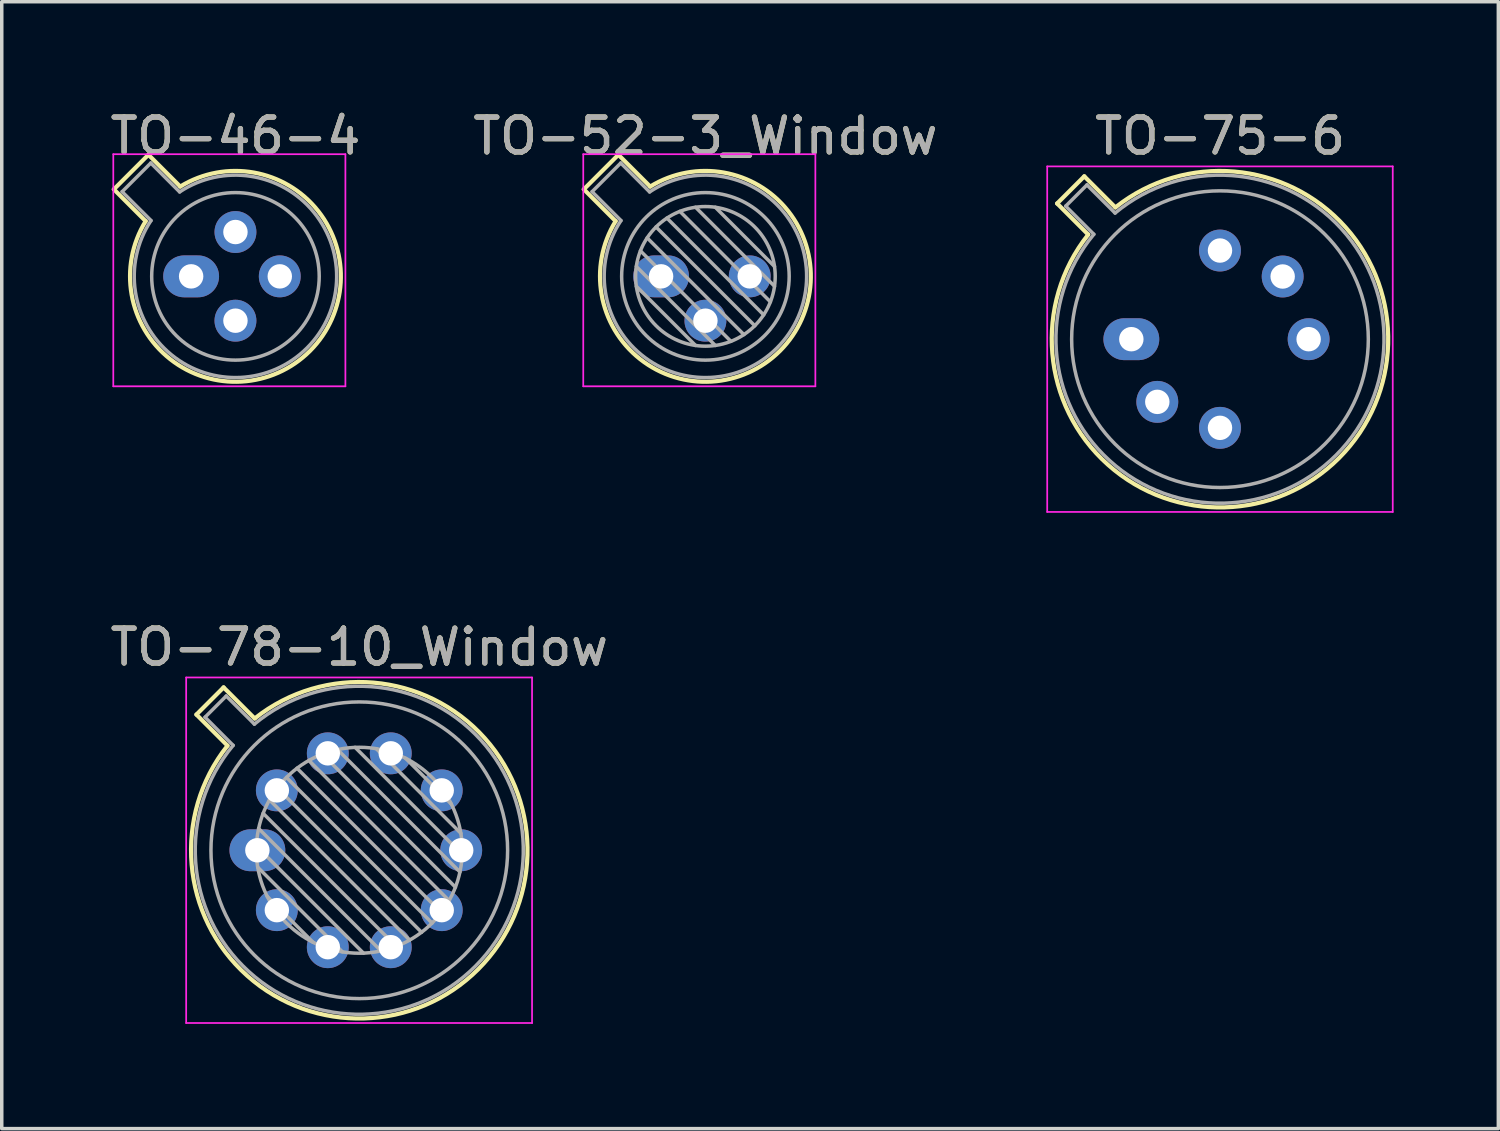
<source format=kicad_pcb>
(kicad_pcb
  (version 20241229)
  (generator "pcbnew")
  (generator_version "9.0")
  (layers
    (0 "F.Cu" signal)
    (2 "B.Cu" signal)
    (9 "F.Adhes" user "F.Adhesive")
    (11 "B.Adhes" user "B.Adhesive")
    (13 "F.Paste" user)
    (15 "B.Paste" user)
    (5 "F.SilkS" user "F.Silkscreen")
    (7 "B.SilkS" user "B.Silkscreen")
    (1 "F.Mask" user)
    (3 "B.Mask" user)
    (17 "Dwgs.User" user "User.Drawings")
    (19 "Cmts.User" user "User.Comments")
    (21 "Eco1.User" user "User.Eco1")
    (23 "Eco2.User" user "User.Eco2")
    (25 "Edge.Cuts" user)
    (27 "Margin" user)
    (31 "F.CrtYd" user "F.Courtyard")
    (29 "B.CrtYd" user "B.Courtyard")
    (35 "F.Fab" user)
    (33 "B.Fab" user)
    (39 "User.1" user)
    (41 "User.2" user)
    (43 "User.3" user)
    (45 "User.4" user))
  (footprint "TO-78-10_Window"
    (layer "F.Cu")
    (at 4.324 21.311)
    (property "Reference" "TO-78-10_Window" (at 2.92 -5.82 0) (layer "F.SilkS") (effects (font (size 1 1) (thickness 0.15))))
    (attr through_hole)
    (fp_line (start -1.746 -3.888) (end -0.855 -2.997) (stroke (width 0.12) (type solid)) (layer "F.SilkS"))
    (fp_line (start -0.968 -4.666) (end -1.746 -3.888) (stroke (width 0.12) (type solid)) (layer "F.SilkS"))
    (fp_line (start -0.077 -3.775) (end -0.968 -4.666) (stroke (width 0.12) (type solid)) (layer "F.SilkS"))
    (fp_arc (start -0.077084 -3.774902) (mid 6.328125 3.408384) (end -0.854674 -2.997371) (stroke (width 0.12) (type solid)) (layer "F.SilkS"))
    (fp_line (start -2.04 -4.95) (end -2.04 4.95) (stroke (width 0.05) (type solid)) (layer "F.CrtYd"))
    (fp_line (start -2.04 4.95) (end 7.87 4.95) (stroke (width 0.05) (type solid)) (layer "F.CrtYd"))
    (fp_line (start 7.87 -4.95) (end -2.04 -4.95) (stroke (width 0.05) (type solid)) (layer "F.CrtYd"))
    (fp_line (start 7.87 4.95) (end 7.87 -4.95) (stroke (width 0.05) (type solid)) (layer "F.CrtYd"))
    (fp_line (start -1.5 -3.812) (end -0.694 -3.005) (stroke (width 0.1) (type solid)) (layer "F.Fab"))
    (fp_line (start -0.892 -4.42) (end -1.5 -3.812) (stroke (width 0.1) (type solid)) (layer "F.Fab"))
    (fp_line (start -0.085 -3.614) (end -0.892 -4.42) (stroke (width 0.1) (type solid)) (layer "F.Fab"))
    (fp_line (start -0.028 -0.12) (end 3.04 2.948) (stroke (width 0.1) (type solid)) (layer "F.Fab"))
    (fp_line (start 0.009 0.485) (end 2.435 2.911) (stroke (width 0.1) (type solid)) (layer "F.Fab"))
    (fp_line (start 0.036 -0.622) (end 3.542 2.884) (stroke (width 0.1) (type solid)) (layer "F.Fab"))
    (fp_line (start 0.165 -1.058) (end 3.978 2.755) (stroke (width 0.1) (type solid)) (layer "F.Fab"))
    (fp_line (start 0.283 1.324) (end 1.596 2.637) (stroke (width 0.1) (type solid)) (layer "F.Fab"))
    (fp_line (start 0.346 -1.443) (end 4.363 2.574) (stroke (width 0.1) (type solid)) (layer "F.Fab"))
    (fp_line (start 0.57 -1.784) (end 4.704 2.35) (stroke (width 0.1) (type solid)) (layer "F.Fab"))
    (fp_line (start 0.834 -2.086) (end 5.006 2.086) (stroke (width 0.1) (type solid)) (layer "F.Fab"))
    (fp_line (start 1.136 -2.35) (end 5.27 1.784) (stroke (width 0.1) (type solid)) (layer "F.Fab"))
    (fp_line (start 1.477 -2.574) (end 5.494 1.443) (stroke (width 0.1) (type solid)) (layer "F.Fab"))
    (fp_line (start 1.862 -2.755) (end 5.675 1.058) (stroke (width 0.1) (type solid)) (layer "F.Fab"))
    (fp_line (start 2.298 -2.884) (end 5.804 0.622) (stroke (width 0.1) (type solid)) (layer "F.Fab"))
    (fp_line (start 2.8 -2.948) (end 5.868 0.12) (stroke (width 0.1) (type solid)) (layer "F.Fab"))
    (fp_line (start 3.405 -2.911) (end 5.831 -0.485) (stroke (width 0.1) (type solid)) (layer "F.Fab"))
    (fp_line (start 4.244 -2.637) (end 5.557 -1.324) (stroke (width 0.1) (type solid)) (layer "F.Fab"))
    (fp_arc (start -0.085408 -3.61352) (mid 6.243443 3.323361) (end -0.693594 -3.005319) (stroke (width 0.1) (type solid)) (layer "F.Fab"))
    (fp_circle (center 2.92 0) (end 5.87 0) (stroke (width 0.1) (type solid)) (fill no) (layer "F.Fab"))
    (fp_circle (center 2.92 0) (end 7.17 0) (stroke (width 0.1) (type solid)) (fill no) (layer "F.Fab"))
    (fp_text user "${REFERENCE}" (at 2.92 -5.82 0) (layer "F.Fab") (effects (font (size 1 1) (thickness 0.15))))
    (pad "1" thru_hole oval (at 0 0) (size 1.6 1.2) (drill 0.7) (layers "*.Cu" "*.Mask"))
    (pad "2" thru_hole oval (at 0.558 1.716) (size 1.2 1.2) (drill 0.7) (layers "*.Cu" "*.Mask"))
    (pad "3" thru_hole oval (at 2.018 2.777) (size 1.2 1.2) (drill 0.7) (layers "*.Cu" "*.Mask"))
    (pad "4" thru_hole oval (at 3.822 2.777) (size 1.2 1.2) (drill 0.7) (layers "*.Cu" "*.Mask"))
    (pad "5" thru_hole oval (at 5.282 1.716) (size 1.2 1.2) (drill 0.7) (layers "*.Cu" "*.Mask"))
    (pad "6" thru_hole oval (at 5.84 0) (size 1.2 1.2) (drill 0.7) (layers "*.Cu" "*.Mask"))
    (pad "7" thru_hole oval (at 5.282 -1.716) (size 1.2 1.2) (drill 0.7) (layers "*.Cu" "*.Mask"))
    (pad "8" thru_hole oval (at 3.822 -2.777) (size 1.2 1.2) (drill 0.7) (layers "*.Cu" "*.Mask"))
    (pad "9" thru_hole oval (at 2.018 -2.777) (size 1.2 1.2) (drill 0.7) (layers "*.Cu" "*.Mask"))
    (pad "10" thru_hole oval (at 0.558 -1.716) (size 1.2 1.2) (drill 0.7) (layers "*.Cu" "*.Mask")))
  (footprint "TO-52-3_Window"
    (layer "F.Cu")
    (at 15.891 4.868)
    (property "Reference" "TO-52-3_Window" (at 1.27 -4.02 0) (layer "F.SilkS") (effects (font (size 1 1) (thickness 0.15))))
    (attr through_hole)
    (fp_line (start -2.214 -2.494) (end -1.302 -1.582) (stroke (width 0.12) (type solid)) (layer "F.SilkS"))
    (fp_line (start -1.224 -3.484) (end -2.214 -2.494) (stroke (width 0.12) (type solid)) (layer "F.SilkS"))
    (fp_line (start -0.312 -2.572) (end -1.224 -3.484) (stroke (width 0.12) (type solid)) (layer "F.SilkS"))
    (fp_arc (start -0.312331 -2.572281) (mid 3.405374 2.135551) (end -1.30215 -1.582544) (stroke (width 0.12) (type solid)) (layer "F.SilkS"))
    (fp_line (start -2.23 -3.5) (end -2.23 3.15) (stroke (width 0.05) (type solid)) (layer "F.CrtYd"))
    (fp_line (start -2.23 3.15) (end 4.42 3.15) (stroke (width 0.05) (type solid)) (layer "F.CrtYd"))
    (fp_line (start 4.42 -3.5) (end -2.23 -3.5) (stroke (width 0.05) (type solid)) (layer "F.CrtYd"))
    (fp_line (start 4.42 3.15) (end 4.42 -3.5) (stroke (width 0.05) (type solid)) (layer "F.CrtYd"))
    (fp_line (start -1.977 -2.426) (end -1.149 -1.599) (stroke (width 0.1) (type solid)) (layer "F.Fab"))
    (fp_line (start -1.156 -3.247) (end -1.977 -2.426) (stroke (width 0.1) (type solid)) (layer "F.Fab"))
    (fp_line (start -0.71 -0.283) (end 1.553 1.98) (stroke (width 0.1) (type solid)) (layer "F.Fab"))
    (fp_line (start -0.71 0.283) (end 0.987 1.98) (stroke (width 0.1) (type solid)) (layer "F.Fab"))
    (fp_line (start -0.592 -0.731) (end 2.001 1.862) (stroke (width 0.1) (type solid)) (layer "F.Fab"))
    (fp_line (start -0.399 -1.103) (end 2.373 1.669) (stroke (width 0.1) (type solid)) (layer "F.Fab"))
    (fp_line (start -0.329 -2.419) (end -1.156 -3.247) (stroke (width 0.1) (type solid)) (layer "F.Fab"))
    (fp_line (start -0.145 -1.415) (end 2.685 1.415) (stroke (width 0.1) (type solid)) (layer "F.Fab"))
    (fp_line (start 0.167 -1.669) (end 2.939 1.103) (stroke (width 0.1) (type solid)) (layer "F.Fab"))
    (fp_line (start 0.539 -1.862) (end 3.132 0.731) (stroke (width 0.1) (type solid)) (layer "F.Fab"))
    (fp_line (start 0.987 -1.98) (end 3.25 0.283) (stroke (width 0.1) (type solid)) (layer "F.Fab"))
    (fp_line (start 1.553 -1.98) (end 3.25 -0.283) (stroke (width 0.1) (type solid)) (layer "F.Fab"))
    (fp_arc (start -0.329057 -2.419301) (mid 3.321076 2.050143) (end -1.150029 -1.597956) (stroke (width 0.1) (type solid)) (layer "F.Fab"))
    (fp_circle (center 1.27 0) (end 3.27 0) (stroke (width 0.1) (type solid)) (fill no) (layer "F.Fab"))
    (fp_circle (center 1.27 0) (end 3.67 0) (stroke (width 0.1) (type solid)) (fill no) (layer "F.Fab"))
    (fp_text user "${REFERENCE}" (at 1.27 -4.02 0) (layer "F.Fab") (effects (font (size 1 1) (thickness 0.15))))
    (pad "1" thru_hole oval (at 0 0) (size 1.6 1.2) (drill 0.7) (layers "*.Cu" "*.Mask"))
    (pad "2" thru_hole oval (at 1.27 1.27) (size 1.2 1.2) (drill 0.7) (layers "*.Cu" "*.Mask"))
    (pad "3" thru_hole oval (at 2.54 0) (size 1.2 1.2) (drill 0.7) (layers "*.Cu" "*.Mask")))
  (footprint "TO-75-6"
    (layer "F.Cu")
    (at 29.364 6.668)
    (property "Reference" "TO-75-6" (at 2.54 -5.82 0) (layer "F.SilkS") (effects (font (size 1 1) (thickness 0.15))))
    (attr through_hole)
    (fp_line (start -2.126 -3.888) (end -1.235 -2.997) (stroke (width 0.12) (type solid)) (layer "F.SilkS"))
    (fp_line (start -1.348 -4.666) (end -2.126 -3.888) (stroke (width 0.12) (type solid)) (layer "F.SilkS"))
    (fp_line (start -0.457 -3.775) (end -1.348 -4.666) (stroke (width 0.12) (type solid)) (layer "F.SilkS"))
    (fp_arc (start -0.457084 -3.774902) (mid 5.948125 3.408384) (end -1.234674 -2.997371) (stroke (width 0.12) (type solid)) (layer "F.SilkS"))
    (fp_line (start -2.41 -4.95) (end -2.41 4.95) (stroke (width 0.05) (type solid)) (layer "F.CrtYd"))
    (fp_line (start -2.41 4.95) (end 7.49 4.95) (stroke (width 0.05) (type solid)) (layer "F.CrtYd"))
    (fp_line (start 7.49 -4.95) (end -2.41 -4.95) (stroke (width 0.05) (type solid)) (layer "F.CrtYd"))
    (fp_line (start 7.49 4.95) (end 7.49 -4.95) (stroke (width 0.05) (type solid)) (layer "F.CrtYd"))
    (fp_line (start -1.88 -3.812) (end -1.074 -3.005) (stroke (width 0.1) (type solid)) (layer "F.Fab"))
    (fp_line (start -1.272 -4.42) (end -1.88 -3.812) (stroke (width 0.1) (type solid)) (layer "F.Fab"))
    (fp_line (start -0.465 -3.614) (end -1.272 -4.42) (stroke (width 0.1) (type solid)) (layer "F.Fab"))
    (fp_arc (start -0.465408 -3.61352) (mid 5.863443 3.323361) (end -1.073594 -3.005319) (stroke (width 0.1) (type solid)) (layer "F.Fab"))
    (fp_circle (center 2.54 0) (end 6.79 0) (stroke (width 0.1) (type solid)) (fill no) (layer "F.Fab"))
    (fp_text user "${REFERENCE}" (at 2.54 -5.82 0) (layer "F.Fab") (effects (font (size 1 1) (thickness 0.15))))
    (pad "1" thru_hole oval (at 0 0) (size 1.6 1.2) (drill 0.7) (layers "*.Cu" "*.Mask"))
    (pad "2" thru_hole oval (at 0.744 1.796) (size 1.2 1.2) (drill 0.7) (layers "*.Cu" "*.Mask"))
    (pad "3" thru_hole oval (at 2.54 2.54) (size 1.2 1.2) (drill 0.7) (layers "*.Cu" "*.Mask"))
    (pad "4" thru_hole oval (at 5.08 0) (size 1.2 1.2) (drill 0.7) (layers "*.Cu" "*.Mask"))
    (pad "5" thru_hole oval (at 4.336 -1.796) (size 1.2 1.2) (drill 0.7) (layers "*.Cu" "*.Mask"))
    (pad "6" thru_hole oval (at 2.54 -2.54) (size 1.2 1.2) (drill 0.7) (layers "*.Cu" "*.Mask")))
  (footprint "TO-46-4"
    (layer "F.Cu")
    (at 2.426 4.868)
    (property "Reference" "TO-46-4" (at 1.27 -4.02 0) (layer "F.SilkS") (effects (font (size 1 1) (thickness 0.15))))
    (attr through_hole)
    (fp_line (start -2.214 -2.494) (end -1.302 -1.582) (stroke (width 0.12) (type solid)) (layer "F.SilkS"))
    (fp_line (start -1.224 -3.484) (end -2.214 -2.494) (stroke (width 0.12) (type solid)) (layer "F.SilkS"))
    (fp_line (start -0.312 -2.572) (end -1.224 -3.484) (stroke (width 0.12) (type solid)) (layer "F.SilkS"))
    (fp_arc (start -0.312331 -2.572281) (mid 3.405374 2.135551) (end -1.30215 -1.582544) (stroke (width 0.12) (type solid)) (layer "F.SilkS"))
    (fp_line (start -2.23 -3.5) (end -2.23 3.15) (stroke (width 0.05) (type solid)) (layer "F.CrtYd"))
    (fp_line (start -2.23 3.15) (end 4.42 3.15) (stroke (width 0.05) (type solid)) (layer "F.CrtYd"))
    (fp_line (start 4.42 -3.5) (end -2.23 -3.5) (stroke (width 0.05) (type solid)) (layer "F.CrtYd"))
    (fp_line (start 4.42 3.15) (end 4.42 -3.5) (stroke (width 0.05) (type solid)) (layer "F.CrtYd"))
    (fp_line (start -1.977 -2.426) (end -1.149 -1.599) (stroke (width 0.1) (type solid)) (layer "F.Fab"))
    (fp_line (start -1.156 -3.247) (end -1.977 -2.426) (stroke (width 0.1) (type solid)) (layer "F.Fab"))
    (fp_line (start -0.329 -2.419) (end -1.156 -3.247) (stroke (width 0.1) (type solid)) (layer "F.Fab"))
    (fp_arc (start -0.329057 -2.419301) (mid 3.321076 2.050143) (end -1.150029 -1.597956) (stroke (width 0.1) (type solid)) (layer "F.Fab"))
    (fp_circle (center 1.27 0) (end 3.67 0) (stroke (width 0.1) (type solid)) (fill no) (layer "F.Fab"))
    (fp_text user "${REFERENCE}" (at 1.27 -4.02 0) (layer "F.Fab") (effects (font (size 1 1) (thickness 0.15))))
    (pad "1" thru_hole oval (at 0 0) (size 1.6 1.2) (drill 0.7) (layers "*.Cu" "*.Mask"))
    (pad "2" thru_hole oval (at 1.27 1.27) (size 1.2 1.2) (drill 0.7) (layers "*.Cu" "*.Mask"))
    (pad "3" thru_hole oval (at 2.54 0) (size 1.2 1.2) (drill 0.7) (layers "*.Cu" "*.Mask"))
    (pad "4" thru_hole oval (at 1.27 -1.27) (size 1.2 1.2) (drill 0.7) (layers "*.Cu" "*.Mask")))
  (gr_rect
    (start -3 -3)
    (end 39.879 29.287)
    (stroke (width 0.1) (type default))
    (fill no)
    (layer "Edge.Cuts")))
</source>
